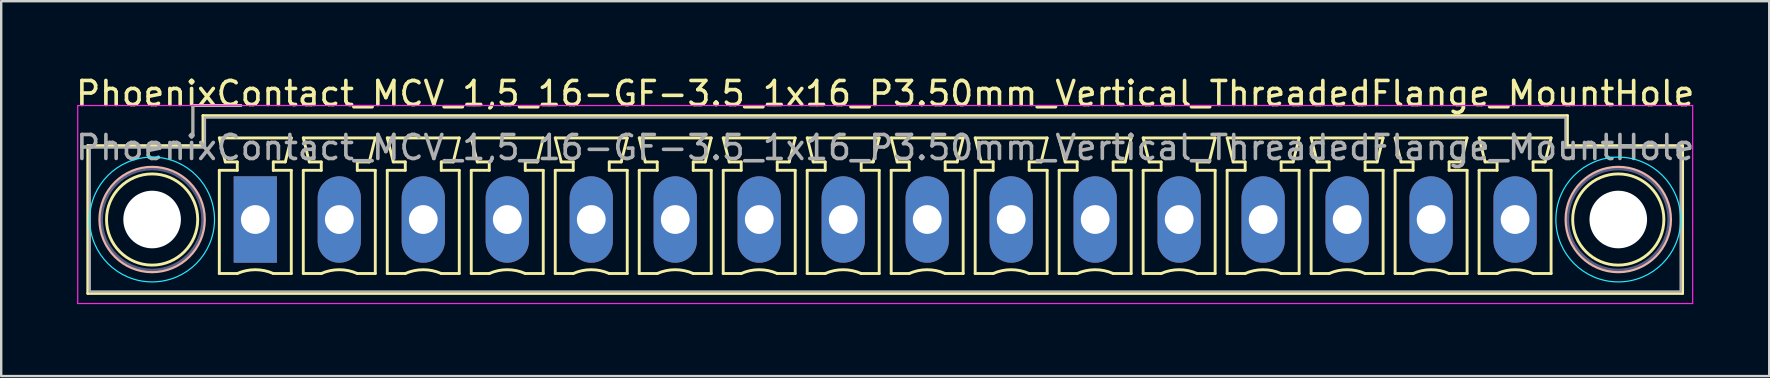
<source format=kicad_pcb>
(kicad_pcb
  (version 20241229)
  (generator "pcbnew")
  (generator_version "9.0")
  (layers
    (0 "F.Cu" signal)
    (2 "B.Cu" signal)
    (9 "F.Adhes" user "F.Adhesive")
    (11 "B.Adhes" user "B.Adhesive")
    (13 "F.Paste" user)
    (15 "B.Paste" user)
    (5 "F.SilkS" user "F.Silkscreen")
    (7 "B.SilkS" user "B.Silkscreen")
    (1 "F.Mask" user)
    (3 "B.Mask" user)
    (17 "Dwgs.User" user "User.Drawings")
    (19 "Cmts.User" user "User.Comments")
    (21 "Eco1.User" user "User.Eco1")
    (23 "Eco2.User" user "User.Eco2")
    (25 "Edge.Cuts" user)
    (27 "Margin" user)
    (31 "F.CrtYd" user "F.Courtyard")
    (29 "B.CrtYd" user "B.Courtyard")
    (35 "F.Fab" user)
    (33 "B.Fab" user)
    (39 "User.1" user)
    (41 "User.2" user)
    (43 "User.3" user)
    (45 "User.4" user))
  (footprint "PhoenixContact_MCV_1,5_16-GF-3.5_1x16_P3.50mm_Vertical_ThreadedFlange_MountHole"
    (layer "F.Cu")
    (at 7.589 6.098)
    (property "Reference" "PhoenixContact_MCV_1,5_16-GF-3.5_1x16_P3.50mm_Vertical_ThreadedFlange_MountHole" (at 26.25 -5.25 0) (layer "F.SilkS") (effects (font (size 1 1) (thickness 0.15))))
    (attr through_hole)
    (fp_line (start -6.98 -3.08) (end -6.98 3.08) (stroke (width 0.12) (type solid)) (layer "F.SilkS"))
    (fp_line (start -6.98 3.08) (end 59.48 3.08) (stroke (width 0.12) (type solid)) (layer "F.SilkS"))
    (fp_line (start -2.6 -4.75) (end -0.6 -4.75) (stroke (width 0.12) (type solid)) (layer "F.SilkS"))
    (fp_line (start -2.6 -3.5) (end -2.6 -4.75) (stroke (width 0.12) (type solid)) (layer "F.SilkS"))
    (fp_line (start -2.18 -4.33) (end -2.18 -3.08) (stroke (width 0.12) (type solid)) (layer "F.SilkS"))
    (fp_line (start -2.18 -3.08) (end -6.98 -3.08) (stroke (width 0.12) (type solid)) (layer "F.SilkS"))
    (fp_line (start -1.5 -3.4) (end 1.5 -3.4) (stroke (width 0.12) (type solid)) (layer "F.SilkS"))
    (fp_line (start -1.5 -2.05) (end -0.75 -2.05) (stroke (width 0.12) (type solid)) (layer "F.SilkS"))
    (fp_line (start -1.5 2.25) (end -1.5 -2.05) (stroke (width 0.12) (type solid)) (layer "F.SilkS"))
    (fp_line (start -1.25 -2.4) (end -1.5 -3.4) (stroke (width 0.12) (type solid)) (layer "F.SilkS"))
    (fp_line (start -0.75 -2.4) (end -1.25 -2.4) (stroke (width 0.12) (type solid)) (layer "F.SilkS"))
    (fp_line (start -0.75 -2.05) (end -0.75 -2.4) (stroke (width 0.12) (type solid)) (layer "F.SilkS"))
    (fp_line (start -0.75 2.25) (end -1.5 2.25) (stroke (width 0.12) (type solid)) (layer "F.SilkS"))
    (fp_line (start 0.75 -2.4) (end 0.75 -2.05) (stroke (width 0.12) (type solid)) (layer "F.SilkS"))
    (fp_line (start 0.75 -2.05) (end 1.5 -2.05) (stroke (width 0.12) (type solid)) (layer "F.SilkS"))
    (fp_line (start 1.25 -2.4) (end 0.75 -2.4) (stroke (width 0.12) (type solid)) (layer "F.SilkS"))
    (fp_line (start 1.5 -3.4) (end 1.25 -2.4) (stroke (width 0.12) (type solid)) (layer "F.SilkS"))
    (fp_line (start 1.5 -2.05) (end 1.5 2.25) (stroke (width 0.12) (type solid)) (layer "F.SilkS"))
    (fp_line (start 1.5 2.25) (end 0.75 2.25) (stroke (width 0.12) (type solid)) (layer "F.SilkS"))
    (fp_line (start 2 -3.4) (end 5 -3.4) (stroke (width 0.12) (type solid)) (layer "F.SilkS"))
    (fp_line (start 2 -2.05) (end 2.75 -2.05) (stroke (width 0.12) (type solid)) (layer "F.SilkS"))
    (fp_line (start 2 2.25) (end 2 -2.05) (stroke (width 0.12) (type solid)) (layer "F.SilkS"))
    (fp_line (start 2.25 -2.4) (end 2 -3.4) (stroke (width 0.12) (type solid)) (layer "F.SilkS"))
    (fp_line (start 2.75 -2.4) (end 2.25 -2.4) (stroke (width 0.12) (type solid)) (layer "F.SilkS"))
    (fp_line (start 2.75 -2.05) (end 2.75 -2.4) (stroke (width 0.12) (type solid)) (layer "F.SilkS"))
    (fp_line (start 2.75 2.25) (end 2 2.25) (stroke (width 0.12) (type solid)) (layer "F.SilkS"))
    (fp_line (start 4.25 -2.4) (end 4.25 -2.05) (stroke (width 0.12) (type solid)) (layer "F.SilkS"))
    (fp_line (start 4.25 -2.05) (end 5 -2.05) (stroke (width 0.12) (type solid)) (layer "F.SilkS"))
    (fp_line (start 4.75 -2.4) (end 4.25 -2.4) (stroke (width 0.12) (type solid)) (layer "F.SilkS"))
    (fp_line (start 5 -3.4) (end 4.75 -2.4) (stroke (width 0.12) (type solid)) (layer "F.SilkS"))
    (fp_line (start 5 -2.05) (end 5 2.25) (stroke (width 0.12) (type solid)) (layer "F.SilkS"))
    (fp_line (start 5 2.25) (end 4.25 2.25) (stroke (width 0.12) (type solid)) (layer "F.SilkS"))
    (fp_line (start 5.5 -3.4) (end 8.5 -3.4) (stroke (width 0.12) (type solid)) (layer "F.SilkS"))
    (fp_line (start 5.5 -2.05) (end 6.25 -2.05) (stroke (width 0.12) (type solid)) (layer "F.SilkS"))
    (fp_line (start 5.5 2.25) (end 5.5 -2.05) (stroke (width 0.12) (type solid)) (layer "F.SilkS"))
    (fp_line (start 5.75 -2.4) (end 5.5 -3.4) (stroke (width 0.12) (type solid)) (layer "F.SilkS"))
    (fp_line (start 6.25 -2.4) (end 5.75 -2.4) (stroke (width 0.12) (type solid)) (layer "F.SilkS"))
    (fp_line (start 6.25 -2.05) (end 6.25 -2.4) (stroke (width 0.12) (type solid)) (layer "F.SilkS"))
    (fp_line (start 6.25 2.25) (end 5.5 2.25) (stroke (width 0.12) (type solid)) (layer "F.SilkS"))
    (fp_line (start 7.75 -2.4) (end 7.75 -2.05) (stroke (width 0.12) (type solid)) (layer "F.SilkS"))
    (fp_line (start 7.75 -2.05) (end 8.5 -2.05) (stroke (width 0.12) (type solid)) (layer "F.SilkS"))
    (fp_line (start 8.25 -2.4) (end 7.75 -2.4) (stroke (width 0.12) (type solid)) (layer "F.SilkS"))
    (fp_line (start 8.5 -3.4) (end 8.25 -2.4) (stroke (width 0.12) (type solid)) (layer "F.SilkS"))
    (fp_line (start 8.5 -2.05) (end 8.5 2.25) (stroke (width 0.12) (type solid)) (layer "F.SilkS"))
    (fp_line (start 8.5 2.25) (end 7.75 2.25) (stroke (width 0.12) (type solid)) (layer "F.SilkS"))
    (fp_line (start 9 -3.4) (end 12 -3.4) (stroke (width 0.12) (type solid)) (layer "F.SilkS"))
    (fp_line (start 9 -2.05) (end 9.75 -2.05) (stroke (width 0.12) (type solid)) (layer "F.SilkS"))
    (fp_line (start 9 2.25) (end 9 -2.05) (stroke (width 0.12) (type solid)) (layer "F.SilkS"))
    (fp_line (start 9.25 -2.4) (end 9 -3.4) (stroke (width 0.12) (type solid)) (layer "F.SilkS"))
    (fp_line (start 9.75 -2.4) (end 9.25 -2.4) (stroke (width 0.12) (type solid)) (layer "F.SilkS"))
    (fp_line (start 9.75 -2.05) (end 9.75 -2.4) (stroke (width 0.12) (type solid)) (layer "F.SilkS"))
    (fp_line (start 9.75 2.25) (end 9 2.25) (stroke (width 0.12) (type solid)) (layer "F.SilkS"))
    (fp_line (start 11.25 -2.4) (end 11.25 -2.05) (stroke (width 0.12) (type solid)) (layer "F.SilkS"))
    (fp_line (start 11.25 -2.05) (end 12 -2.05) (stroke (width 0.12) (type solid)) (layer "F.SilkS"))
    (fp_line (start 11.75 -2.4) (end 11.25 -2.4) (stroke (width 0.12) (type solid)) (layer "F.SilkS"))
    (fp_line (start 12 -3.4) (end 11.75 -2.4) (stroke (width 0.12) (type solid)) (layer "F.SilkS"))
    (fp_line (start 12 -2.05) (end 12 2.25) (stroke (width 0.12) (type solid)) (layer "F.SilkS"))
    (fp_line (start 12 2.25) (end 11.25 2.25) (stroke (width 0.12) (type solid)) (layer "F.SilkS"))
    (fp_line (start 12.5 -3.4) (end 15.5 -3.4) (stroke (width 0.12) (type solid)) (layer "F.SilkS"))
    (fp_line (start 12.5 -2.05) (end 13.25 -2.05) (stroke (width 0.12) (type solid)) (layer "F.SilkS"))
    (fp_line (start 12.5 2.25) (end 12.5 -2.05) (stroke (width 0.12) (type solid)) (layer "F.SilkS"))
    (fp_line (start 12.75 -2.4) (end 12.5 -3.4) (stroke (width 0.12) (type solid)) (layer "F.SilkS"))
    (fp_line (start 13.25 -2.4) (end 12.75 -2.4) (stroke (width 0.12) (type solid)) (layer "F.SilkS"))
    (fp_line (start 13.25 -2.05) (end 13.25 -2.4) (stroke (width 0.12) (type solid)) (layer "F.SilkS"))
    (fp_line (start 13.25 2.25) (end 12.5 2.25) (stroke (width 0.12) (type solid)) (layer "F.SilkS"))
    (fp_line (start 14.75 -2.4) (end 14.75 -2.05) (stroke (width 0.12) (type solid)) (layer "F.SilkS"))
    (fp_line (start 14.75 -2.05) (end 15.5 -2.05) (stroke (width 0.12) (type solid)) (layer "F.SilkS"))
    (fp_line (start 15.25 -2.4) (end 14.75 -2.4) (stroke (width 0.12) (type solid)) (layer "F.SilkS"))
    (fp_line (start 15.5 -3.4) (end 15.25 -2.4) (stroke (width 0.12) (type solid)) (layer "F.SilkS"))
    (fp_line (start 15.5 -2.05) (end 15.5 2.25) (stroke (width 0.12) (type solid)) (layer "F.SilkS"))
    (fp_line (start 15.5 2.25) (end 14.75 2.25) (stroke (width 0.12) (type solid)) (layer "F.SilkS"))
    (fp_line (start 16 -3.4) (end 19 -3.4) (stroke (width 0.12) (type solid)) (layer "F.SilkS"))
    (fp_line (start 16 -2.05) (end 16.75 -2.05) (stroke (width 0.12) (type solid)) (layer "F.SilkS"))
    (fp_line (start 16 2.25) (end 16 -2.05) (stroke (width 0.12) (type solid)) (layer "F.SilkS"))
    (fp_line (start 16.25 -2.4) (end 16 -3.4) (stroke (width 0.12) (type solid)) (layer "F.SilkS"))
    (fp_line (start 16.75 -2.4) (end 16.25 -2.4) (stroke (width 0.12) (type solid)) (layer "F.SilkS"))
    (fp_line (start 16.75 -2.05) (end 16.75 -2.4) (stroke (width 0.12) (type solid)) (layer "F.SilkS"))
    (fp_line (start 16.75 2.25) (end 16 2.25) (stroke (width 0.12) (type solid)) (layer "F.SilkS"))
    (fp_line (start 18.25 -2.4) (end 18.25 -2.05) (stroke (width 0.12) (type solid)) (layer "F.SilkS"))
    (fp_line (start 18.25 -2.05) (end 19 -2.05) (stroke (width 0.12) (type solid)) (layer "F.SilkS"))
    (fp_line (start 18.75 -2.4) (end 18.25 -2.4) (stroke (width 0.12) (type solid)) (layer "F.SilkS"))
    (fp_line (start 19 -3.4) (end 18.75 -2.4) (stroke (width 0.12) (type solid)) (layer "F.SilkS"))
    (fp_line (start 19 -2.05) (end 19 2.25) (stroke (width 0.12) (type solid)) (layer "F.SilkS"))
    (fp_line (start 19 2.25) (end 18.25 2.25) (stroke (width 0.12) (type solid)) (layer "F.SilkS"))
    (fp_line (start 19.5 -3.4) (end 22.5 -3.4) (stroke (width 0.12) (type solid)) (layer "F.SilkS"))
    (fp_line (start 19.5 -2.05) (end 20.25 -2.05) (stroke (width 0.12) (type solid)) (layer "F.SilkS"))
    (fp_line (start 19.5 2.25) (end 19.5 -2.05) (stroke (width 0.12) (type solid)) (layer "F.SilkS"))
    (fp_line (start 19.75 -2.4) (end 19.5 -3.4) (stroke (width 0.12) (type solid)) (layer "F.SilkS"))
    (fp_line (start 20.25 -2.4) (end 19.75 -2.4) (stroke (width 0.12) (type solid)) (layer "F.SilkS"))
    (fp_line (start 20.25 -2.05) (end 20.25 -2.4) (stroke (width 0.12) (type solid)) (layer "F.SilkS"))
    (fp_line (start 20.25 2.25) (end 19.5 2.25) (stroke (width 0.12) (type solid)) (layer "F.SilkS"))
    (fp_line (start 21.75 -2.4) (end 21.75 -2.05) (stroke (width 0.12) (type solid)) (layer "F.SilkS"))
    (fp_line (start 21.75 -2.05) (end 22.5 -2.05) (stroke (width 0.12) (type solid)) (layer "F.SilkS"))
    (fp_line (start 22.25 -2.4) (end 21.75 -2.4) (stroke (width 0.12) (type solid)) (layer "F.SilkS"))
    (fp_line (start 22.5 -3.4) (end 22.25 -2.4) (stroke (width 0.12) (type solid)) (layer "F.SilkS"))
    (fp_line (start 22.5 -2.05) (end 22.5 2.25) (stroke (width 0.12) (type solid)) (layer "F.SilkS"))
    (fp_line (start 22.5 2.25) (end 21.75 2.25) (stroke (width 0.12) (type solid)) (layer "F.SilkS"))
    (fp_line (start 23 -3.4) (end 26 -3.4) (stroke (width 0.12) (type solid)) (layer "F.SilkS"))
    (fp_line (start 23 -2.05) (end 23.75 -2.05) (stroke (width 0.12) (type solid)) (layer "F.SilkS"))
    (fp_line (start 23 2.25) (end 23 -2.05) (stroke (width 0.12) (type solid)) (layer "F.SilkS"))
    (fp_line (start 23.25 -2.4) (end 23 -3.4) (stroke (width 0.12) (type solid)) (layer "F.SilkS"))
    (fp_line (start 23.75 -2.4) (end 23.25 -2.4) (stroke (width 0.12) (type solid)) (layer "F.SilkS"))
    (fp_line (start 23.75 -2.05) (end 23.75 -2.4) (stroke (width 0.12) (type solid)) (layer "F.SilkS"))
    (fp_line (start 23.75 2.25) (end 23 2.25) (stroke (width 0.12) (type solid)) (layer "F.SilkS"))
    (fp_line (start 25.25 -2.4) (end 25.25 -2.05) (stroke (width 0.12) (type solid)) (layer "F.SilkS"))
    (fp_line (start 25.25 -2.05) (end 26 -2.05) (stroke (width 0.12) (type solid)) (layer "F.SilkS"))
    (fp_line (start 25.75 -2.4) (end 25.25 -2.4) (stroke (width 0.12) (type solid)) (layer "F.SilkS"))
    (fp_line (start 26 -3.4) (end 25.75 -2.4) (stroke (width 0.12) (type solid)) (layer "F.SilkS"))
    (fp_line (start 26 -2.05) (end 26 2.25) (stroke (width 0.12) (type solid)) (layer "F.SilkS"))
    (fp_line (start 26 2.25) (end 25.25 2.25) (stroke (width 0.12) (type solid)) (layer "F.SilkS"))
    (fp_line (start 26.5 -3.4) (end 29.5 -3.4) (stroke (width 0.12) (type solid)) (layer "F.SilkS"))
    (fp_line (start 26.5 -2.05) (end 27.25 -2.05) (stroke (width 0.12) (type solid)) (layer "F.SilkS"))
    (fp_line (start 26.5 2.25) (end 26.5 -2.05) (stroke (width 0.12) (type solid)) (layer "F.SilkS"))
    (fp_line (start 26.75 -2.4) (end 26.5 -3.4) (stroke (width 0.12) (type solid)) (layer "F.SilkS"))
    (fp_line (start 27.25 -2.4) (end 26.75 -2.4) (stroke (width 0.12) (type solid)) (layer "F.SilkS"))
    (fp_line (start 27.25 -2.05) (end 27.25 -2.4) (stroke (width 0.12) (type solid)) (layer "F.SilkS"))
    (fp_line (start 27.25 2.25) (end 26.5 2.25) (stroke (width 0.12) (type solid)) (layer "F.SilkS"))
    (fp_line (start 28.75 -2.4) (end 28.75 -2.05) (stroke (width 0.12) (type solid)) (layer "F.SilkS"))
    (fp_line (start 28.75 -2.05) (end 29.5 -2.05) (stroke (width 0.12) (type solid)) (layer "F.SilkS"))
    (fp_line (start 29.25 -2.4) (end 28.75 -2.4) (stroke (width 0.12) (type solid)) (layer "F.SilkS"))
    (fp_line (start 29.5 -3.4) (end 29.25 -2.4) (stroke (width 0.12) (type solid)) (layer "F.SilkS"))
    (fp_line (start 29.5 -2.05) (end 29.5 2.25) (stroke (width 0.12) (type solid)) (layer "F.SilkS"))
    (fp_line (start 29.5 2.25) (end 28.75 2.25) (stroke (width 0.12) (type solid)) (layer "F.SilkS"))
    (fp_line (start 30 -3.4) (end 33 -3.4) (stroke (width 0.12) (type solid)) (layer "F.SilkS"))
    (fp_line (start 30 -2.05) (end 30.75 -2.05) (stroke (width 0.12) (type solid)) (layer "F.SilkS"))
    (fp_line (start 30 2.25) (end 30 -2.05) (stroke (width 0.12) (type solid)) (layer "F.SilkS"))
    (fp_line (start 30.25 -2.4) (end 30 -3.4) (stroke (width 0.12) (type solid)) (layer "F.SilkS"))
    (fp_line (start 30.75 -2.4) (end 30.25 -2.4) (stroke (width 0.12) (type solid)) (layer "F.SilkS"))
    (fp_line (start 30.75 -2.05) (end 30.75 -2.4) (stroke (width 0.12) (type solid)) (layer "F.SilkS"))
    (fp_line (start 30.75 2.25) (end 30 2.25) (stroke (width 0.12) (type solid)) (layer "F.SilkS"))
    (fp_line (start 32.25 -2.4) (end 32.25 -2.05) (stroke (width 0.12) (type solid)) (layer "F.SilkS"))
    (fp_line (start 32.25 -2.05) (end 33 -2.05) (stroke (width 0.12) (type solid)) (layer "F.SilkS"))
    (fp_line (start 32.75 -2.4) (end 32.25 -2.4) (stroke (width 0.12) (type solid)) (layer "F.SilkS"))
    (fp_line (start 33 -3.4) (end 32.75 -2.4) (stroke (width 0.12) (type solid)) (layer "F.SilkS"))
    (fp_line (start 33 -2.05) (end 33 2.25) (stroke (width 0.12) (type solid)) (layer "F.SilkS"))
    (fp_line (start 33 2.25) (end 32.25 2.25) (stroke (width 0.12) (type solid)) (layer "F.SilkS"))
    (fp_line (start 33.5 -3.4) (end 36.5 -3.4) (stroke (width 0.12) (type solid)) (layer "F.SilkS"))
    (fp_line (start 33.5 -2.05) (end 34.25 -2.05) (stroke (width 0.12) (type solid)) (layer "F.SilkS"))
    (fp_line (start 33.5 2.25) (end 33.5 -2.05) (stroke (width 0.12) (type solid)) (layer "F.SilkS"))
    (fp_line (start 33.75 -2.4) (end 33.5 -3.4) (stroke (width 0.12) (type solid)) (layer "F.SilkS"))
    (fp_line (start 34.25 -2.4) (end 33.75 -2.4) (stroke (width 0.12) (type solid)) (layer "F.SilkS"))
    (fp_line (start 34.25 -2.05) (end 34.25 -2.4) (stroke (width 0.12) (type solid)) (layer "F.SilkS"))
    (fp_line (start 34.25 2.25) (end 33.5 2.25) (stroke (width 0.12) (type solid)) (layer "F.SilkS"))
    (fp_line (start 35.75 -2.4) (end 35.75 -2.05) (stroke (width 0.12) (type solid)) (layer "F.SilkS"))
    (fp_line (start 35.75 -2.05) (end 36.5 -2.05) (stroke (width 0.12) (type solid)) (layer "F.SilkS"))
    (fp_line (start 36.25 -2.4) (end 35.75 -2.4) (stroke (width 0.12) (type solid)) (layer "F.SilkS"))
    (fp_line (start 36.5 -3.4) (end 36.25 -2.4) (stroke (width 0.12) (type solid)) (layer "F.SilkS"))
    (fp_line (start 36.5 -2.05) (end 36.5 2.25) (stroke (width 0.12) (type solid)) (layer "F.SilkS"))
    (fp_line (start 36.5 2.25) (end 35.75 2.25) (stroke (width 0.12) (type solid)) (layer "F.SilkS"))
    (fp_line (start 37 -3.4) (end 40 -3.4) (stroke (width 0.12) (type solid)) (layer "F.SilkS"))
    (fp_line (start 37 -2.05) (end 37.75 -2.05) (stroke (width 0.12) (type solid)) (layer "F.SilkS"))
    (fp_line (start 37 2.25) (end 37 -2.05) (stroke (width 0.12) (type solid)) (layer "F.SilkS"))
    (fp_line (start 37.25 -2.4) (end 37 -3.4) (stroke (width 0.12) (type solid)) (layer "F.SilkS"))
    (fp_line (start 37.75 -2.4) (end 37.25 -2.4) (stroke (width 0.12) (type solid)) (layer "F.SilkS"))
    (fp_line (start 37.75 -2.05) (end 37.75 -2.4) (stroke (width 0.12) (type solid)) (layer "F.SilkS"))
    (fp_line (start 37.75 2.25) (end 37 2.25) (stroke (width 0.12) (type solid)) (layer "F.SilkS"))
    (fp_line (start 39.25 -2.4) (end 39.25 -2.05) (stroke (width 0.12) (type solid)) (layer "F.SilkS"))
    (fp_line (start 39.25 -2.05) (end 40 -2.05) (stroke (width 0.12) (type solid)) (layer "F.SilkS"))
    (fp_line (start 39.75 -2.4) (end 39.25 -2.4) (stroke (width 0.12) (type solid)) (layer "F.SilkS"))
    (fp_line (start 40 -3.4) (end 39.75 -2.4) (stroke (width 0.12) (type solid)) (layer "F.SilkS"))
    (fp_line (start 40 -2.05) (end 40 2.25) (stroke (width 0.12) (type solid)) (layer "F.SilkS"))
    (fp_line (start 40 2.25) (end 39.25 2.25) (stroke (width 0.12) (type solid)) (layer "F.SilkS"))
    (fp_line (start 40.5 -3.4) (end 43.5 -3.4) (stroke (width 0.12) (type solid)) (layer "F.SilkS"))
    (fp_line (start 40.5 -2.05) (end 41.25 -2.05) (stroke (width 0.12) (type solid)) (layer "F.SilkS"))
    (fp_line (start 40.5 2.25) (end 40.5 -2.05) (stroke (width 0.12) (type solid)) (layer "F.SilkS"))
    (fp_line (start 40.75 -2.4) (end 40.5 -3.4) (stroke (width 0.12) (type solid)) (layer "F.SilkS"))
    (fp_line (start 41.25 -2.4) (end 40.75 -2.4) (stroke (width 0.12) (type solid)) (layer "F.SilkS"))
    (fp_line (start 41.25 -2.05) (end 41.25 -2.4) (stroke (width 0.12) (type solid)) (layer "F.SilkS"))
    (fp_line (start 41.25 2.25) (end 40.5 2.25) (stroke (width 0.12) (type solid)) (layer "F.SilkS"))
    (fp_line (start 42.75 -2.4) (end 42.75 -2.05) (stroke (width 0.12) (type solid)) (layer "F.SilkS"))
    (fp_line (start 42.75 -2.05) (end 43.5 -2.05) (stroke (width 0.12) (type solid)) (layer "F.SilkS"))
    (fp_line (start 43.25 -2.4) (end 42.75 -2.4) (stroke (width 0.12) (type solid)) (layer "F.SilkS"))
    (fp_line (start 43.5 -3.4) (end 43.25 -2.4) (stroke (width 0.12) (type solid)) (layer "F.SilkS"))
    (fp_line (start 43.5 -2.05) (end 43.5 2.25) (stroke (width 0.12) (type solid)) (layer "F.SilkS"))
    (fp_line (start 43.5 2.25) (end 42.75 2.25) (stroke (width 0.12) (type solid)) (layer "F.SilkS"))
    (fp_line (start 44 -3.4) (end 47 -3.4) (stroke (width 0.12) (type solid)) (layer "F.SilkS"))
    (fp_line (start 44 -2.05) (end 44.75 -2.05) (stroke (width 0.12) (type solid)) (layer "F.SilkS"))
    (fp_line (start 44 2.25) (end 44 -2.05) (stroke (width 0.12) (type solid)) (layer "F.SilkS"))
    (fp_line (start 44.25 -2.4) (end 44 -3.4) (stroke (width 0.12) (type solid)) (layer "F.SilkS"))
    (fp_line (start 44.75 -2.4) (end 44.25 -2.4) (stroke (width 0.12) (type solid)) (layer "F.SilkS"))
    (fp_line (start 44.75 -2.05) (end 44.75 -2.4) (stroke (width 0.12) (type solid)) (layer "F.SilkS"))
    (fp_line (start 44.75 2.25) (end 44 2.25) (stroke (width 0.12) (type solid)) (layer "F.SilkS"))
    (fp_line (start 46.25 -2.4) (end 46.25 -2.05) (stroke (width 0.12) (type solid)) (layer "F.SilkS"))
    (fp_line (start 46.25 -2.05) (end 47 -2.05) (stroke (width 0.12) (type solid)) (layer "F.SilkS"))
    (fp_line (start 46.75 -2.4) (end 46.25 -2.4) (stroke (width 0.12) (type solid)) (layer "F.SilkS"))
    (fp_line (start 47 -3.4) (end 46.75 -2.4) (stroke (width 0.12) (type solid)) (layer "F.SilkS"))
    (fp_line (start 47 -2.05) (end 47 2.25) (stroke (width 0.12) (type solid)) (layer "F.SilkS"))
    (fp_line (start 47 2.25) (end 46.25 2.25) (stroke (width 0.12) (type solid)) (layer "F.SilkS"))
    (fp_line (start 47.5 -3.4) (end 50.5 -3.4) (stroke (width 0.12) (type solid)) (layer "F.SilkS"))
    (fp_line (start 47.5 -2.05) (end 48.25 -2.05) (stroke (width 0.12) (type solid)) (layer "F.SilkS"))
    (fp_line (start 47.5 2.25) (end 47.5 -2.05) (stroke (width 0.12) (type solid)) (layer "F.SilkS"))
    (fp_line (start 47.75 -2.4) (end 47.5 -3.4) (stroke (width 0.12) (type solid)) (layer "F.SilkS"))
    (fp_line (start 48.25 -2.4) (end 47.75 -2.4) (stroke (width 0.12) (type solid)) (layer "F.SilkS"))
    (fp_line (start 48.25 -2.05) (end 48.25 -2.4) (stroke (width 0.12) (type solid)) (layer "F.SilkS"))
    (fp_line (start 48.25 2.25) (end 47.5 2.25) (stroke (width 0.12) (type solid)) (layer "F.SilkS"))
    (fp_line (start 49.75 -2.4) (end 49.75 -2.05) (stroke (width 0.12) (type solid)) (layer "F.SilkS"))
    (fp_line (start 49.75 -2.05) (end 50.5 -2.05) (stroke (width 0.12) (type solid)) (layer "F.SilkS"))
    (fp_line (start 50.25 -2.4) (end 49.75 -2.4) (stroke (width 0.12) (type solid)) (layer "F.SilkS"))
    (fp_line (start 50.5 -3.4) (end 50.25 -2.4) (stroke (width 0.12) (type solid)) (layer "F.SilkS"))
    (fp_line (start 50.5 -2.05) (end 50.5 2.25) (stroke (width 0.12) (type solid)) (layer "F.SilkS"))
    (fp_line (start 50.5 2.25) (end 49.75 2.25) (stroke (width 0.12) (type solid)) (layer "F.SilkS"))
    (fp_line (start 51 -3.4) (end 54 -3.4) (stroke (width 0.12) (type solid)) (layer "F.SilkS"))
    (fp_line (start 51 -2.05) (end 51.75 -2.05) (stroke (width 0.12) (type solid)) (layer "F.SilkS"))
    (fp_line (start 51 2.25) (end 51 -2.05) (stroke (width 0.12) (type solid)) (layer "F.SilkS"))
    (fp_line (start 51.25 -2.4) (end 51 -3.4) (stroke (width 0.12) (type solid)) (layer "F.SilkS"))
    (fp_line (start 51.75 -2.4) (end 51.25 -2.4) (stroke (width 0.12) (type solid)) (layer "F.SilkS"))
    (fp_line (start 51.75 -2.05) (end 51.75 -2.4) (stroke (width 0.12) (type solid)) (layer "F.SilkS"))
    (fp_line (start 51.75 2.25) (end 51 2.25) (stroke (width 0.12) (type solid)) (layer "F.SilkS"))
    (fp_line (start 53.25 -2.4) (end 53.25 -2.05) (stroke (width 0.12) (type solid)) (layer "F.SilkS"))
    (fp_line (start 53.25 -2.05) (end 54 -2.05) (stroke (width 0.12) (type solid)) (layer "F.SilkS"))
    (fp_line (start 53.75 -2.4) (end 53.25 -2.4) (stroke (width 0.12) (type solid)) (layer "F.SilkS"))
    (fp_line (start 54 -3.4) (end 53.75 -2.4) (stroke (width 0.12) (type solid)) (layer "F.SilkS"))
    (fp_line (start 54 -2.05) (end 54 2.25) (stroke (width 0.12) (type solid)) (layer "F.SilkS"))
    (fp_line (start 54 2.25) (end 53.25 2.25) (stroke (width 0.12) (type solid)) (layer "F.SilkS"))
    (fp_line (start 54.68 -4.33) (end -2.18 -4.33) (stroke (width 0.12) (type solid)) (layer "F.SilkS"))
    (fp_line (start 54.68 -3.08) (end 54.68 -4.33) (stroke (width 0.12) (type solid)) (layer "F.SilkS"))
    (fp_line (start 59.48 -3.08) (end 54.68 -3.08) (stroke (width 0.12) (type solid)) (layer "F.SilkS"))
    (fp_line (start 59.48 3.08) (end 59.48 -3.08) (stroke (width 0.12) (type solid)) (layer "F.SilkS"))
    (fp_arc (start -0.75 2.25) (mid -0.000193 2.09191) (end 0.749647 2.249844) (stroke (width 0.12) (type solid)) (layer "F.SilkS"))
    (fp_arc (start 2.75 2.25) (mid 3.499807 2.09191) (end 4.249647 2.249844) (stroke (width 0.12) (type solid)) (layer "F.SilkS"))
    (fp_arc (start 6.25 2.25) (mid 6.999807 2.09191) (end 7.749647 2.249844) (stroke (width 0.12) (type solid)) (layer "F.SilkS"))
    (fp_arc (start 9.75 2.25) (mid 10.499807 2.09191) (end 11.249647 2.249844) (stroke (width 0.12) (type solid)) (layer "F.SilkS"))
    (fp_arc (start 13.25 2.25) (mid 13.999807 2.09191) (end 14.749647 2.249844) (stroke (width 0.12) (type solid)) (layer "F.SilkS"))
    (fp_arc (start 16.75 2.25) (mid 17.499807 2.09191) (end 18.249647 2.249844) (stroke (width 0.12) (type solid)) (layer "F.SilkS"))
    (fp_arc (start 20.25 2.25) (mid 20.999807 2.09191) (end 21.749647 2.249844) (stroke (width 0.12) (type solid)) (layer "F.SilkS"))
    (fp_arc (start 23.75 2.25) (mid 24.499807 2.09191) (end 25.249647 2.249844) (stroke (width 0.12) (type solid)) (layer "F.SilkS"))
    (fp_arc (start 27.25 2.25) (mid 27.999807 2.09191) (end 28.749647 2.249844) (stroke (width 0.12) (type solid)) (layer "F.SilkS"))
    (fp_arc (start 30.75 2.25) (mid 31.499807 2.09191) (end 32.249647 2.249844) (stroke (width 0.12) (type solid)) (layer "F.SilkS"))
    (fp_arc (start 34.25 2.25) (mid 34.999807 2.09191) (end 35.749647 2.249844) (stroke (width 0.12) (type solid)) (layer "F.SilkS"))
    (fp_arc (start 37.75 2.25) (mid 38.499807 2.09191) (end 39.249647 2.249844) (stroke (width 0.12) (type solid)) (layer "F.SilkS"))
    (fp_arc (start 41.25 2.25) (mid 41.999807 2.09191) (end 42.749647 2.249844) (stroke (width 0.12) (type solid)) (layer "F.SilkS"))
    (fp_arc (start 44.75 2.25) (mid 45.499807 2.09191) (end 46.249647 2.249844) (stroke (width 0.12) (type solid)) (layer "F.SilkS"))
    (fp_arc (start 48.25 2.25) (mid 48.999807 2.09191) (end 49.749647 2.249844) (stroke (width 0.12) (type solid)) (layer "F.SilkS"))
    (fp_arc (start 51.75 2.25) (mid 52.499807 2.09191) (end 53.249647 2.249844) (stroke (width 0.12) (type solid)) (layer "F.SilkS"))
    (fp_circle (center -4.3 0) (end -2.4 0) (stroke (width 0.12) (type solid)) (fill no) (layer "F.SilkS"))
    (fp_circle (center 56.8 0) (end 58.7 0) (stroke (width 0.12) (type solid)) (fill no) (layer "F.SilkS"))
    (fp_circle (center -4.3 0) (end -2.12 0) (stroke (width 0.12) (type solid)) (fill no) (layer "B.SilkS"))
    (fp_circle (center 56.8 0) (end 58.98 0) (stroke (width 0.12) (type solid)) (fill no) (layer "B.SilkS"))
    (fp_circle (center -4.3 0) (end -1.7 0) (stroke (width 0.05) (type solid)) (fill no) (layer "B.CrtYd"))
    (fp_circle (center 56.8 0) (end 59.4 0) (stroke (width 0.05) (type solid)) (fill no) (layer "B.CrtYd"))
    (fp_line (start -7.4 -4.75) (end -7.4 3.5) (stroke (width 0.05) (type solid)) (layer "F.CrtYd"))
    (fp_line (start -7.4 3.5) (end 59.9 3.5) (stroke (width 0.05) (type solid)) (layer "F.CrtYd"))
    (fp_line (start 59.9 -4.75) (end -7.4 -4.75) (stroke (width 0.05) (type solid)) (layer "F.CrtYd"))
    (fp_line (start 59.9 3.5) (end 59.9 -4.75) (stroke (width 0.05) (type solid)) (layer "F.CrtYd"))
    (fp_circle (center -4.3 0) (end -2.2 0) (stroke (width 0.1) (type solid)) (fill no) (layer "B.Fab"))
    (fp_circle (center 56.8 0) (end 58.9 0) (stroke (width 0.1) (type solid)) (fill no) (layer "B.Fab"))
    (fp_line (start -6.9 -3) (end -6.9 3) (stroke (width 0.1) (type solid)) (layer "F.Fab"))
    (fp_line (start -6.9 3) (end 59.4 3) (stroke (width 0.1) (type solid)) (layer "F.Fab"))
    (fp_line (start -2.6 -4.75) (end -0.6 -4.75) (stroke (width 0.1) (type solid)) (layer "F.Fab"))
    (fp_line (start -2.6 -3.5) (end -2.6 -4.75) (stroke (width 0.1) (type solid)) (layer "F.Fab"))
    (fp_line (start -2.1 -4.25) (end -2.1 -3) (stroke (width 0.1) (type solid)) (layer "F.Fab"))
    (fp_line (start -2.1 -3) (end -6.9 -3) (stroke (width 0.1) (type solid)) (layer "F.Fab"))
    (fp_line (start 54.6 -4.25) (end -2.1 -4.25) (stroke (width 0.1) (type solid)) (layer "F.Fab"))
    (fp_line (start 54.6 -3) (end 54.6 -4.25) (stroke (width 0.1) (type solid)) (layer "F.Fab"))
    (fp_line (start 59.4 -3) (end 54.6 -3) (stroke (width 0.1) (type solid)) (layer "F.Fab"))
    (fp_line (start 59.4 3) (end 59.4 -3) (stroke (width 0.1) (type solid)) (layer "F.Fab"))
    (fp_text user "${REFERENCE}" (at 26.25 -3 0) (layer "F.Fab") (effects (font (size 1 1) (thickness 0.15))))
    (pad "" np_thru_hole circle (at -4.3 0) (size 2.4 2.4) (drill 2.4) (layers "*.Cu" "*.Mask"))
    (pad "" np_thru_hole circle (at 56.8 0) (size 2.4 2.4) (drill 2.4) (layers "*.Cu" "*.Mask"))
    (pad "1" thru_hole rect (at 0 0) (size 1.8 3.6) (drill 1.2) (layers "*.Cu" "*.Mask"))
    (pad "2" thru_hole oval (at 3.5 0) (size 1.8 3.6) (drill 1.2) (layers "*.Cu" "*.Mask"))
    (pad "3" thru_hole oval (at 7 0) (size 1.8 3.6) (drill 1.2) (layers "*.Cu" "*.Mask"))
    (pad "4" thru_hole oval (at 10.5 0) (size 1.8 3.6) (drill 1.2) (layers "*.Cu" "*.Mask"))
    (pad "5" thru_hole oval (at 14 0) (size 1.8 3.6) (drill 1.2) (layers "*.Cu" "*.Mask"))
    (pad "6" thru_hole oval (at 17.5 0) (size 1.8 3.6) (drill 1.2) (layers "*.Cu" "*.Mask"))
    (pad "7" thru_hole oval (at 21 0) (size 1.8 3.6) (drill 1.2) (layers "*.Cu" "*.Mask"))
    (pad "8" thru_hole oval (at 24.5 0) (size 1.8 3.6) (drill 1.2) (layers "*.Cu" "*.Mask"))
    (pad "9" thru_hole oval (at 28 0) (size 1.8 3.6) (drill 1.2) (layers "*.Cu" "*.Mask"))
    (pad "10" thru_hole oval (at 31.5 0) (size 1.8 3.6) (drill 1.2) (layers "*.Cu" "*.Mask"))
    (pad "11" thru_hole oval (at 35 0) (size 1.8 3.6) (drill 1.2) (layers "*.Cu" "*.Mask"))
    (pad "12" thru_hole oval (at 38.5 0) (size 1.8 3.6) (drill 1.2) (layers "*.Cu" "*.Mask"))
    (pad "13" thru_hole oval (at 42 0) (size 1.8 3.6) (drill 1.2) (layers "*.Cu" "*.Mask"))
    (pad "14" thru_hole oval (at 45.5 0) (size 1.8 3.6) (drill 1.2) (layers "*.Cu" "*.Mask"))
    (pad "15" thru_hole oval (at 49 0) (size 1.8 3.6) (drill 1.2) (layers "*.Cu" "*.Mask"))
    (pad "16" thru_hole oval (at 52.5 0) (size 1.8 3.6) (drill 1.2) (layers "*.Cu" "*.Mask")))
  (gr_rect
    (start -3 -3)
    (end 70.679 12.623)
    (stroke (width 0.1) (type default))
    (fill no)
    (layer "Edge.Cuts")))
</source>
